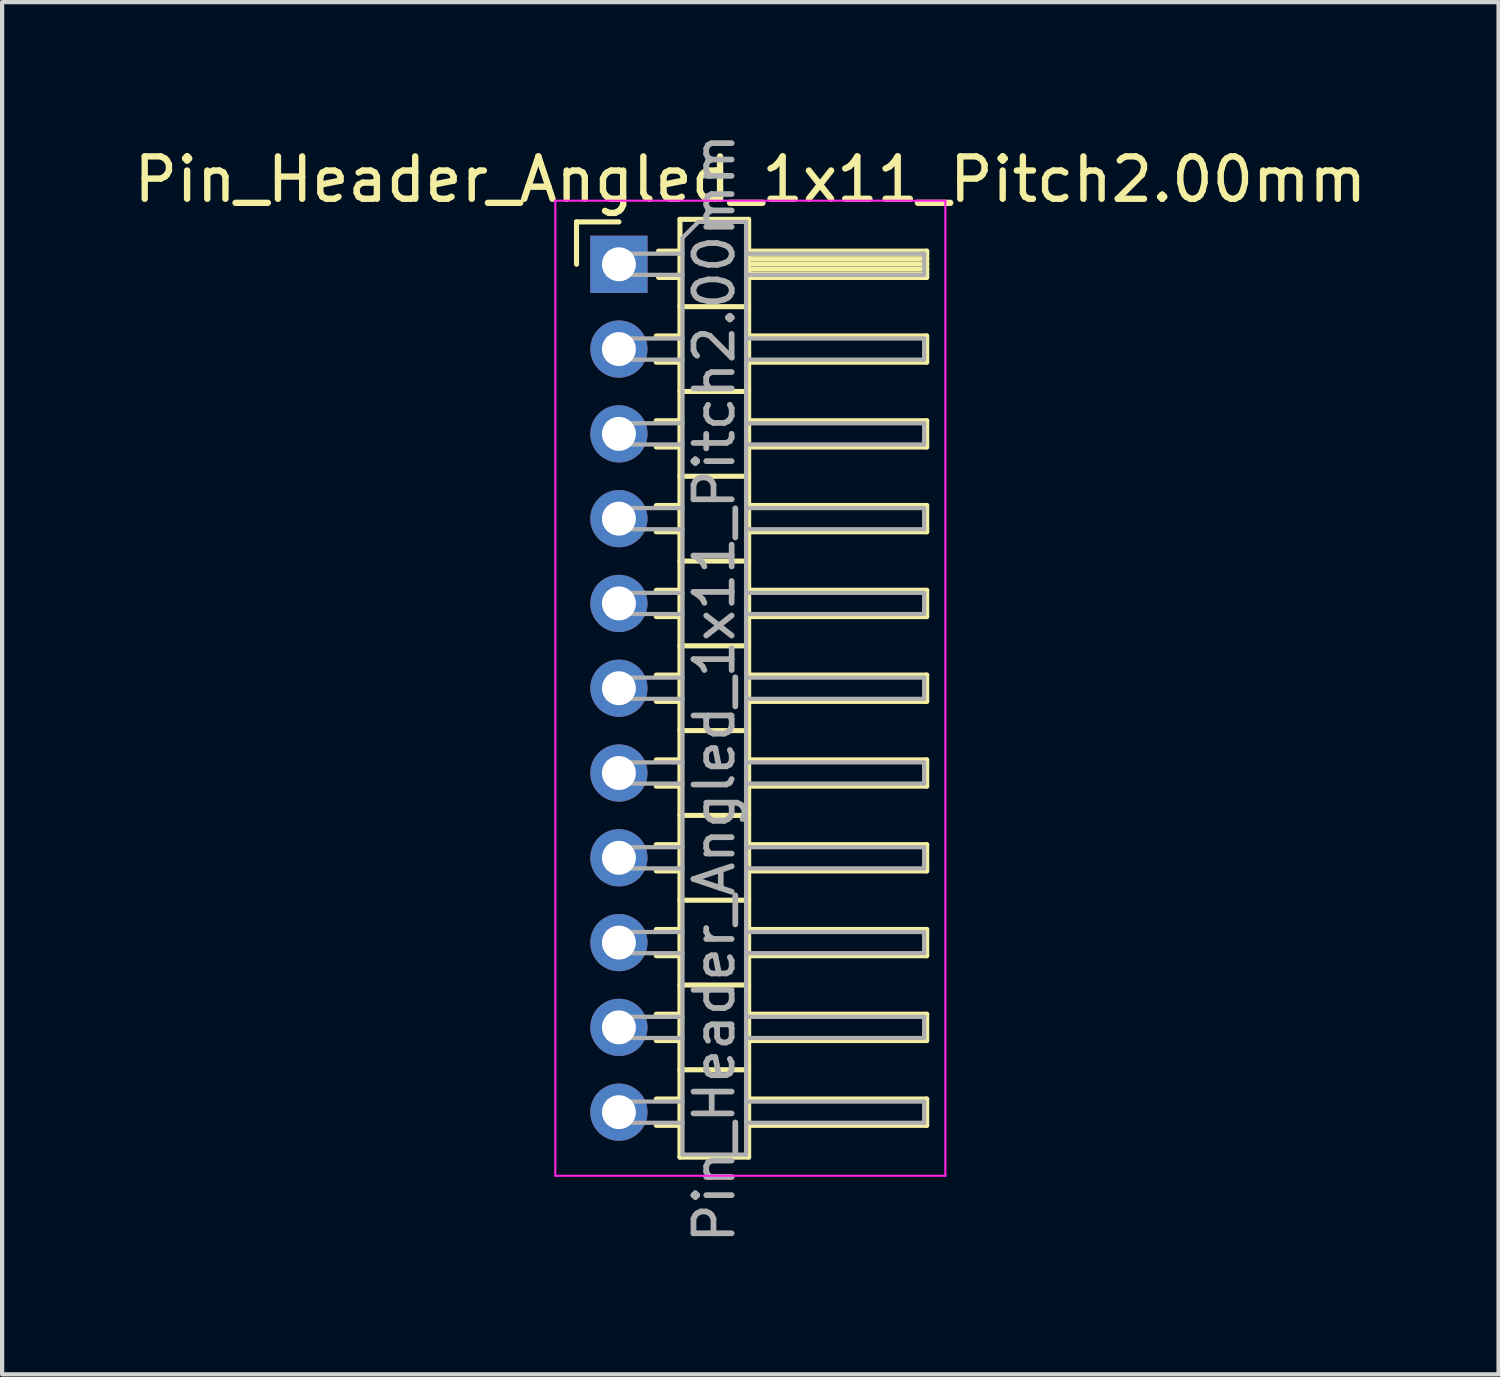
<source format=kicad_pcb>
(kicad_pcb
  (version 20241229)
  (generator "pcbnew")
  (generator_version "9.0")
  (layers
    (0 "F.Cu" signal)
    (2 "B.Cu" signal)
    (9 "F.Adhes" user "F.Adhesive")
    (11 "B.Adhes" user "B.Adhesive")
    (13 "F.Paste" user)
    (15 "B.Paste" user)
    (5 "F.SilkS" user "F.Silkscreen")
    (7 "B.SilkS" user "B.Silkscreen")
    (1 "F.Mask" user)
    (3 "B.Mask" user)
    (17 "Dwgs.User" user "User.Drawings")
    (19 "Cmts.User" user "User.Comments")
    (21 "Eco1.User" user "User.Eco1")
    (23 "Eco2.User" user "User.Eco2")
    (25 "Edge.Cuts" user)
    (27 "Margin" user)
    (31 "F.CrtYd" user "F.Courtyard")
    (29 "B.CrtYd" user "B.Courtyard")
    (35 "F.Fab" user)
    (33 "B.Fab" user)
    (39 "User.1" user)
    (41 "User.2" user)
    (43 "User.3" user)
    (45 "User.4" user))
  (footprint "Pin_Header_Angled_1x11_Pitch2.00mm"
    (layer "F.Cu")
    (at 11.549 3.184)
    (property "Reference" "Pin_Header_Angled_1x11_Pitch2.00mm" (at 3.1 -2 0) (layer "F.SilkS") (effects (font (size 1 1) (thickness 0.15))))
    (attr through_hole)
    (fp_line (start -1 -1) (end 0 -1) (stroke (width 0.12) (type solid)) (layer "F.SilkS"))
    (fp_line (start -1 0) (end -1 -1) (stroke (width 0.12) (type solid)) (layer "F.SilkS"))
    (fp_line (start 0.882 1.69) (end 1.44 1.69) (stroke (width 0.12) (type solid)) (layer "F.SilkS"))
    (fp_line (start 0.882 2.31) (end 1.44 2.31) (stroke (width 0.12) (type solid)) (layer "F.SilkS"))
    (fp_line (start 0.882 3.69) (end 1.44 3.69) (stroke (width 0.12) (type solid)) (layer "F.SilkS"))
    (fp_line (start 0.882 4.31) (end 1.44 4.31) (stroke (width 0.12) (type solid)) (layer "F.SilkS"))
    (fp_line (start 0.882 5.69) (end 1.44 5.69) (stroke (width 0.12) (type solid)) (layer "F.SilkS"))
    (fp_line (start 0.882 6.31) (end 1.44 6.31) (stroke (width 0.12) (type solid)) (layer "F.SilkS"))
    (fp_line (start 0.882 7.69) (end 1.44 7.69) (stroke (width 0.12) (type solid)) (layer "F.SilkS"))
    (fp_line (start 0.882 8.31) (end 1.44 8.31) (stroke (width 0.12) (type solid)) (layer "F.SilkS"))
    (fp_line (start 0.882 9.69) (end 1.44 9.69) (stroke (width 0.12) (type solid)) (layer "F.SilkS"))
    (fp_line (start 0.882 10.31) (end 1.44 10.31) (stroke (width 0.12) (type solid)) (layer "F.SilkS"))
    (fp_line (start 0.882 11.69) (end 1.44 11.69) (stroke (width 0.12) (type solid)) (layer "F.SilkS"))
    (fp_line (start 0.882 12.31) (end 1.44 12.31) (stroke (width 0.12) (type solid)) (layer "F.SilkS"))
    (fp_line (start 0.882 13.69) (end 1.44 13.69) (stroke (width 0.12) (type solid)) (layer "F.SilkS"))
    (fp_line (start 0.882 14.31) (end 1.44 14.31) (stroke (width 0.12) (type solid)) (layer "F.SilkS"))
    (fp_line (start 0.882 15.69) (end 1.44 15.69) (stroke (width 0.12) (type solid)) (layer "F.SilkS"))
    (fp_line (start 0.882 16.31) (end 1.44 16.31) (stroke (width 0.12) (type solid)) (layer "F.SilkS"))
    (fp_line (start 0.882 17.69) (end 1.44 17.69) (stroke (width 0.12) (type solid)) (layer "F.SilkS"))
    (fp_line (start 0.882 18.31) (end 1.44 18.31) (stroke (width 0.12) (type solid)) (layer "F.SilkS"))
    (fp_line (start 0.882 19.69) (end 1.44 19.69) (stroke (width 0.12) (type solid)) (layer "F.SilkS"))
    (fp_line (start 0.882 20.31) (end 1.44 20.31) (stroke (width 0.12) (type solid)) (layer "F.SilkS"))
    (fp_line (start 0.935 -0.31) (end 1.44 -0.31) (stroke (width 0.12) (type solid)) (layer "F.SilkS"))
    (fp_line (start 0.935 0.31) (end 1.44 0.31) (stroke (width 0.12) (type solid)) (layer "F.SilkS"))
    (fp_line (start 1.44 -1.06) (end 1.44 21.06) (stroke (width 0.12) (type solid)) (layer "F.SilkS"))
    (fp_line (start 1.44 1) (end 3.06 1) (stroke (width 0.12) (type solid)) (layer "F.SilkS"))
    (fp_line (start 1.44 3) (end 3.06 3) (stroke (width 0.12) (type solid)) (layer "F.SilkS"))
    (fp_line (start 1.44 5) (end 3.06 5) (stroke (width 0.12) (type solid)) (layer "F.SilkS"))
    (fp_line (start 1.44 7) (end 3.06 7) (stroke (width 0.12) (type solid)) (layer "F.SilkS"))
    (fp_line (start 1.44 9) (end 3.06 9) (stroke (width 0.12) (type solid)) (layer "F.SilkS"))
    (fp_line (start 1.44 11) (end 3.06 11) (stroke (width 0.12) (type solid)) (layer "F.SilkS"))
    (fp_line (start 1.44 13) (end 3.06 13) (stroke (width 0.12) (type solid)) (layer "F.SilkS"))
    (fp_line (start 1.44 15) (end 3.06 15) (stroke (width 0.12) (type solid)) (layer "F.SilkS"))
    (fp_line (start 1.44 17) (end 3.06 17) (stroke (width 0.12) (type solid)) (layer "F.SilkS"))
    (fp_line (start 1.44 19) (end 3.06 19) (stroke (width 0.12) (type solid)) (layer "F.SilkS"))
    (fp_line (start 1.44 21.06) (end 3.06 21.06) (stroke (width 0.12) (type solid)) (layer "F.SilkS"))
    (fp_line (start 3.06 -1.06) (end 1.44 -1.06) (stroke (width 0.12) (type solid)) (layer "F.SilkS"))
    (fp_line (start 3.06 -0.31) (end 7.26 -0.31) (stroke (width 0.12) (type solid)) (layer "F.SilkS"))
    (fp_line (start 3.06 -0.25) (end 7.26 -0.25) (stroke (width 0.12) (type solid)) (layer "F.SilkS"))
    (fp_line (start 3.06 -0.13) (end 7.26 -0.13) (stroke (width 0.12) (type solid)) (layer "F.SilkS"))
    (fp_line (start 3.06 -0.01) (end 7.26 -0.01) (stroke (width 0.12) (type solid)) (layer "F.SilkS"))
    (fp_line (start 3.06 0.11) (end 7.26 0.11) (stroke (width 0.12) (type solid)) (layer "F.SilkS"))
    (fp_line (start 3.06 0.23) (end 7.26 0.23) (stroke (width 0.12) (type solid)) (layer "F.SilkS"))
    (fp_line (start 3.06 1.69) (end 7.26 1.69) (stroke (width 0.12) (type solid)) (layer "F.SilkS"))
    (fp_line (start 3.06 3.69) (end 7.26 3.69) (stroke (width 0.12) (type solid)) (layer "F.SilkS"))
    (fp_line (start 3.06 5.69) (end 7.26 5.69) (stroke (width 0.12) (type solid)) (layer "F.SilkS"))
    (fp_line (start 3.06 7.69) (end 7.26 7.69) (stroke (width 0.12) (type solid)) (layer "F.SilkS"))
    (fp_line (start 3.06 9.69) (end 7.26 9.69) (stroke (width 0.12) (type solid)) (layer "F.SilkS"))
    (fp_line (start 3.06 11.69) (end 7.26 11.69) (stroke (width 0.12) (type solid)) (layer "F.SilkS"))
    (fp_line (start 3.06 13.69) (end 7.26 13.69) (stroke (width 0.12) (type solid)) (layer "F.SilkS"))
    (fp_line (start 3.06 15.69) (end 7.26 15.69) (stroke (width 0.12) (type solid)) (layer "F.SilkS"))
    (fp_line (start 3.06 17.69) (end 7.26 17.69) (stroke (width 0.12) (type solid)) (layer "F.SilkS"))
    (fp_line (start 3.06 19.69) (end 7.26 19.69) (stroke (width 0.12) (type solid)) (layer "F.SilkS"))
    (fp_line (start 3.06 21.06) (end 3.06 -1.06) (stroke (width 0.12) (type solid)) (layer "F.SilkS"))
    (fp_line (start 7.26 -0.31) (end 7.26 0.31) (stroke (width 0.12) (type solid)) (layer "F.SilkS"))
    (fp_line (start 7.26 0.31) (end 3.06 0.31) (stroke (width 0.12) (type solid)) (layer "F.SilkS"))
    (fp_line (start 7.26 1.69) (end 7.26 2.31) (stroke (width 0.12) (type solid)) (layer "F.SilkS"))
    (fp_line (start 7.26 2.31) (end 3.06 2.31) (stroke (width 0.12) (type solid)) (layer "F.SilkS"))
    (fp_line (start 7.26 3.69) (end 7.26 4.31) (stroke (width 0.12) (type solid)) (layer "F.SilkS"))
    (fp_line (start 7.26 4.31) (end 3.06 4.31) (stroke (width 0.12) (type solid)) (layer "F.SilkS"))
    (fp_line (start 7.26 5.69) (end 7.26 6.31) (stroke (width 0.12) (type solid)) (layer "F.SilkS"))
    (fp_line (start 7.26 6.31) (end 3.06 6.31) (stroke (width 0.12) (type solid)) (layer "F.SilkS"))
    (fp_line (start 7.26 7.69) (end 7.26 8.31) (stroke (width 0.12) (type solid)) (layer "F.SilkS"))
    (fp_line (start 7.26 8.31) (end 3.06 8.31) (stroke (width 0.12) (type solid)) (layer "F.SilkS"))
    (fp_line (start 7.26 9.69) (end 7.26 10.31) (stroke (width 0.12) (type solid)) (layer "F.SilkS"))
    (fp_line (start 7.26 10.31) (end 3.06 10.31) (stroke (width 0.12) (type solid)) (layer "F.SilkS"))
    (fp_line (start 7.26 11.69) (end 7.26 12.31) (stroke (width 0.12) (type solid)) (layer "F.SilkS"))
    (fp_line (start 7.26 12.31) (end 3.06 12.31) (stroke (width 0.12) (type solid)) (layer "F.SilkS"))
    (fp_line (start 7.26 13.69) (end 7.26 14.31) (stroke (width 0.12) (type solid)) (layer "F.SilkS"))
    (fp_line (start 7.26 14.31) (end 3.06 14.31) (stroke (width 0.12) (type solid)) (layer "F.SilkS"))
    (fp_line (start 7.26 15.69) (end 7.26 16.31) (stroke (width 0.12) (type solid)) (layer "F.SilkS"))
    (fp_line (start 7.26 16.31) (end 3.06 16.31) (stroke (width 0.12) (type solid)) (layer "F.SilkS"))
    (fp_line (start 7.26 17.69) (end 7.26 18.31) (stroke (width 0.12) (type solid)) (layer "F.SilkS"))
    (fp_line (start 7.26 18.31) (end 3.06 18.31) (stroke (width 0.12) (type solid)) (layer "F.SilkS"))
    (fp_line (start 7.26 19.69) (end 7.26 20.31) (stroke (width 0.12) (type solid)) (layer "F.SilkS"))
    (fp_line (start 7.26 20.31) (end 3.06 20.31) (stroke (width 0.12) (type solid)) (layer "F.SilkS"))
    (fp_line (start -1.5 -1.5) (end -1.5 21.5) (stroke (width 0.05) (type solid)) (layer "F.CrtYd"))
    (fp_line (start -1.5 21.5) (end 7.7 21.5) (stroke (width 0.05) (type solid)) (layer "F.CrtYd"))
    (fp_line (start 7.7 -1.5) (end -1.5 -1.5) (stroke (width 0.05) (type solid)) (layer "F.CrtYd"))
    (fp_line (start 7.7 21.5) (end 7.7 -1.5) (stroke (width 0.05) (type solid)) (layer "F.CrtYd"))
    (fp_line (start -0.25 -0.25) (end -0.25 0.25) (stroke (width 0.1) (type solid)) (layer "F.Fab"))
    (fp_line (start -0.25 -0.25) (end 1.5 -0.25) (stroke (width 0.1) (type solid)) (layer "F.Fab"))
    (fp_line (start -0.25 0.25) (end 1.5 0.25) (stroke (width 0.1) (type solid)) (layer "F.Fab"))
    (fp_line (start -0.25 1.75) (end -0.25 2.25) (stroke (width 0.1) (type solid)) (layer "F.Fab"))
    (fp_line (start -0.25 1.75) (end 1.5 1.75) (stroke (width 0.1) (type solid)) (layer "F.Fab"))
    (fp_line (start -0.25 2.25) (end 1.5 2.25) (stroke (width 0.1) (type solid)) (layer "F.Fab"))
    (fp_line (start -0.25 3.75) (end -0.25 4.25) (stroke (width 0.1) (type solid)) (layer "F.Fab"))
    (fp_line (start -0.25 3.75) (end 1.5 3.75) (stroke (width 0.1) (type solid)) (layer "F.Fab"))
    (fp_line (start -0.25 4.25) (end 1.5 4.25) (stroke (width 0.1) (type solid)) (layer "F.Fab"))
    (fp_line (start -0.25 5.75) (end -0.25 6.25) (stroke (width 0.1) (type solid)) (layer "F.Fab"))
    (fp_line (start -0.25 5.75) (end 1.5 5.75) (stroke (width 0.1) (type solid)) (layer "F.Fab"))
    (fp_line (start -0.25 6.25) (end 1.5 6.25) (stroke (width 0.1) (type solid)) (layer "F.Fab"))
    (fp_line (start -0.25 7.75) (end -0.25 8.25) (stroke (width 0.1) (type solid)) (layer "F.Fab"))
    (fp_line (start -0.25 7.75) (end 1.5 7.75) (stroke (width 0.1) (type solid)) (layer "F.Fab"))
    (fp_line (start -0.25 8.25) (end 1.5 8.25) (stroke (width 0.1) (type solid)) (layer "F.Fab"))
    (fp_line (start -0.25 9.75) (end -0.25 10.25) (stroke (width 0.1) (type solid)) (layer "F.Fab"))
    (fp_line (start -0.25 9.75) (end 1.5 9.75) (stroke (width 0.1) (type solid)) (layer "F.Fab"))
    (fp_line (start -0.25 10.25) (end 1.5 10.25) (stroke (width 0.1) (type solid)) (layer "F.Fab"))
    (fp_line (start -0.25 11.75) (end -0.25 12.25) (stroke (width 0.1) (type solid)) (layer "F.Fab"))
    (fp_line (start -0.25 11.75) (end 1.5 11.75) (stroke (width 0.1) (type solid)) (layer "F.Fab"))
    (fp_line (start -0.25 12.25) (end 1.5 12.25) (stroke (width 0.1) (type solid)) (layer "F.Fab"))
    (fp_line (start -0.25 13.75) (end -0.25 14.25) (stroke (width 0.1) (type solid)) (layer "F.Fab"))
    (fp_line (start -0.25 13.75) (end 1.5 13.75) (stroke (width 0.1) (type solid)) (layer "F.Fab"))
    (fp_line (start -0.25 14.25) (end 1.5 14.25) (stroke (width 0.1) (type solid)) (layer "F.Fab"))
    (fp_line (start -0.25 15.75) (end -0.25 16.25) (stroke (width 0.1) (type solid)) (layer "F.Fab"))
    (fp_line (start -0.25 15.75) (end 1.5 15.75) (stroke (width 0.1) (type solid)) (layer "F.Fab"))
    (fp_line (start -0.25 16.25) (end 1.5 16.25) (stroke (width 0.1) (type solid)) (layer "F.Fab"))
    (fp_line (start -0.25 17.75) (end -0.25 18.25) (stroke (width 0.1) (type solid)) (layer "F.Fab"))
    (fp_line (start -0.25 17.75) (end 1.5 17.75) (stroke (width 0.1) (type solid)) (layer "F.Fab"))
    (fp_line (start -0.25 18.25) (end 1.5 18.25) (stroke (width 0.1) (type solid)) (layer "F.Fab"))
    (fp_line (start -0.25 19.75) (end -0.25 20.25) (stroke (width 0.1) (type solid)) (layer "F.Fab"))
    (fp_line (start -0.25 19.75) (end 1.5 19.75) (stroke (width 0.1) (type solid)) (layer "F.Fab"))
    (fp_line (start -0.25 20.25) (end 1.5 20.25) (stroke (width 0.1) (type solid)) (layer "F.Fab"))
    (fp_line (start 1.5 -0.625) (end 1.875 -1) (stroke (width 0.1) (type solid)) (layer "F.Fab"))
    (fp_line (start 1.5 21) (end 1.5 -0.625) (stroke (width 0.1) (type solid)) (layer "F.Fab"))
    (fp_line (start 1.875 -1) (end 3 -1) (stroke (width 0.1) (type solid)) (layer "F.Fab"))
    (fp_line (start 3 -1) (end 3 21) (stroke (width 0.1) (type solid)) (layer "F.Fab"))
    (fp_line (start 3 -0.25) (end 7.2 -0.25) (stroke (width 0.1) (type solid)) (layer "F.Fab"))
    (fp_line (start 3 0.25) (end 7.2 0.25) (stroke (width 0.1) (type solid)) (layer "F.Fab"))
    (fp_line (start 3 1.75) (end 7.2 1.75) (stroke (width 0.1) (type solid)) (layer "F.Fab"))
    (fp_line (start 3 2.25) (end 7.2 2.25) (stroke (width 0.1) (type solid)) (layer "F.Fab"))
    (fp_line (start 3 3.75) (end 7.2 3.75) (stroke (width 0.1) (type solid)) (layer "F.Fab"))
    (fp_line (start 3 4.25) (end 7.2 4.25) (stroke (width 0.1) (type solid)) (layer "F.Fab"))
    (fp_line (start 3 5.75) (end 7.2 5.75) (stroke (width 0.1) (type solid)) (layer "F.Fab"))
    (fp_line (start 3 6.25) (end 7.2 6.25) (stroke (width 0.1) (type solid)) (layer "F.Fab"))
    (fp_line (start 3 7.75) (end 7.2 7.75) (stroke (width 0.1) (type solid)) (layer "F.Fab"))
    (fp_line (start 3 8.25) (end 7.2 8.25) (stroke (width 0.1) (type solid)) (layer "F.Fab"))
    (fp_line (start 3 9.75) (end 7.2 9.75) (stroke (width 0.1) (type solid)) (layer "F.Fab"))
    (fp_line (start 3 10.25) (end 7.2 10.25) (stroke (width 0.1) (type solid)) (layer "F.Fab"))
    (fp_line (start 3 11.75) (end 7.2 11.75) (stroke (width 0.1) (type solid)) (layer "F.Fab"))
    (fp_line (start 3 12.25) (end 7.2 12.25) (stroke (width 0.1) (type solid)) (layer "F.Fab"))
    (fp_line (start 3 13.75) (end 7.2 13.75) (stroke (width 0.1) (type solid)) (layer "F.Fab"))
    (fp_line (start 3 14.25) (end 7.2 14.25) (stroke (width 0.1) (type solid)) (layer "F.Fab"))
    (fp_line (start 3 15.75) (end 7.2 15.75) (stroke (width 0.1) (type solid)) (layer "F.Fab"))
    (fp_line (start 3 16.25) (end 7.2 16.25) (stroke (width 0.1) (type solid)) (layer "F.Fab"))
    (fp_line (start 3 17.75) (end 7.2 17.75) (stroke (width 0.1) (type solid)) (layer "F.Fab"))
    (fp_line (start 3 18.25) (end 7.2 18.25) (stroke (width 0.1) (type solid)) (layer "F.Fab"))
    (fp_line (start 3 19.75) (end 7.2 19.75) (stroke (width 0.1) (type solid)) (layer "F.Fab"))
    (fp_line (start 3 20.25) (end 7.2 20.25) (stroke (width 0.1) (type solid)) (layer "F.Fab"))
    (fp_line (start 3 21) (end 1.5 21) (stroke (width 0.1) (type solid)) (layer "F.Fab"))
    (fp_line (start 7.2 -0.25) (end 7.2 0.25) (stroke (width 0.1) (type solid)) (layer "F.Fab"))
    (fp_line (start 7.2 1.75) (end 7.2 2.25) (stroke (width 0.1) (type solid)) (layer "F.Fab"))
    (fp_line (start 7.2 3.75) (end 7.2 4.25) (stroke (width 0.1) (type solid)) (layer "F.Fab"))
    (fp_line (start 7.2 5.75) (end 7.2 6.25) (stroke (width 0.1) (type solid)) (layer "F.Fab"))
    (fp_line (start 7.2 7.75) (end 7.2 8.25) (stroke (width 0.1) (type solid)) (layer "F.Fab"))
    (fp_line (start 7.2 9.75) (end 7.2 10.25) (stroke (width 0.1) (type solid)) (layer "F.Fab"))
    (fp_line (start 7.2 11.75) (end 7.2 12.25) (stroke (width 0.1) (type solid)) (layer "F.Fab"))
    (fp_line (start 7.2 13.75) (end 7.2 14.25) (stroke (width 0.1) (type solid)) (layer "F.Fab"))
    (fp_line (start 7.2 15.75) (end 7.2 16.25) (stroke (width 0.1) (type solid)) (layer "F.Fab"))
    (fp_line (start 7.2 17.75) (end 7.2 18.25) (stroke (width 0.1) (type solid)) (layer "F.Fab"))
    (fp_line (start 7.2 19.75) (end 7.2 20.25) (stroke (width 0.1) (type solid)) (layer "F.Fab"))
    (fp_text user "${REFERENCE}" (at 2.25 10 90) (layer "F.Fab") (effects (font (size 0.9 0.9) (thickness 0.135))))
    (pad "1" thru_hole rect (at 0 0) (size 1.35 1.35) (drill 0.8) (layers "*.Cu" "*.Mask"))
    (pad "2" thru_hole oval (at 0 2) (size 1.35 1.35) (drill 0.8) (layers "*.Cu" "*.Mask"))
    (pad "3" thru_hole oval (at 0 4) (size 1.35 1.35) (drill 0.8) (layers "*.Cu" "*.Mask"))
    (pad "4" thru_hole oval (at 0 6) (size 1.35 1.35) (drill 0.8) (layers "*.Cu" "*.Mask"))
    (pad "5" thru_hole oval (at 0 8) (size 1.35 1.35) (drill 0.8) (layers "*.Cu" "*.Mask"))
    (pad "6" thru_hole oval (at 0 10) (size 1.35 1.35) (drill 0.8) (layers "*.Cu" "*.Mask"))
    (pad "7" thru_hole oval (at 0 12) (size 1.35 1.35) (drill 0.8) (layers "*.Cu" "*.Mask"))
    (pad "8" thru_hole oval (at 0 14) (size 1.35 1.35) (drill 0.8) (layers "*.Cu" "*.Mask"))
    (pad "9" thru_hole oval (at 0 16) (size 1.35 1.35) (drill 0.8) (layers "*.Cu" "*.Mask"))
    (pad "10" thru_hole oval (at 0 18) (size 1.35 1.35) (drill 0.8) (layers "*.Cu" "*.Mask"))
    (pad "11" thru_hole oval (at 0 20) (size 1.35 1.35) (drill 0.8) (layers "*.Cu" "*.Mask")))
  (gr_rect
    (start -3 -3)
    (end 32.298 29.368)
    (stroke (width 0.1) (type default))
    (fill no)
    (layer "Edge.Cuts")))
</source>
